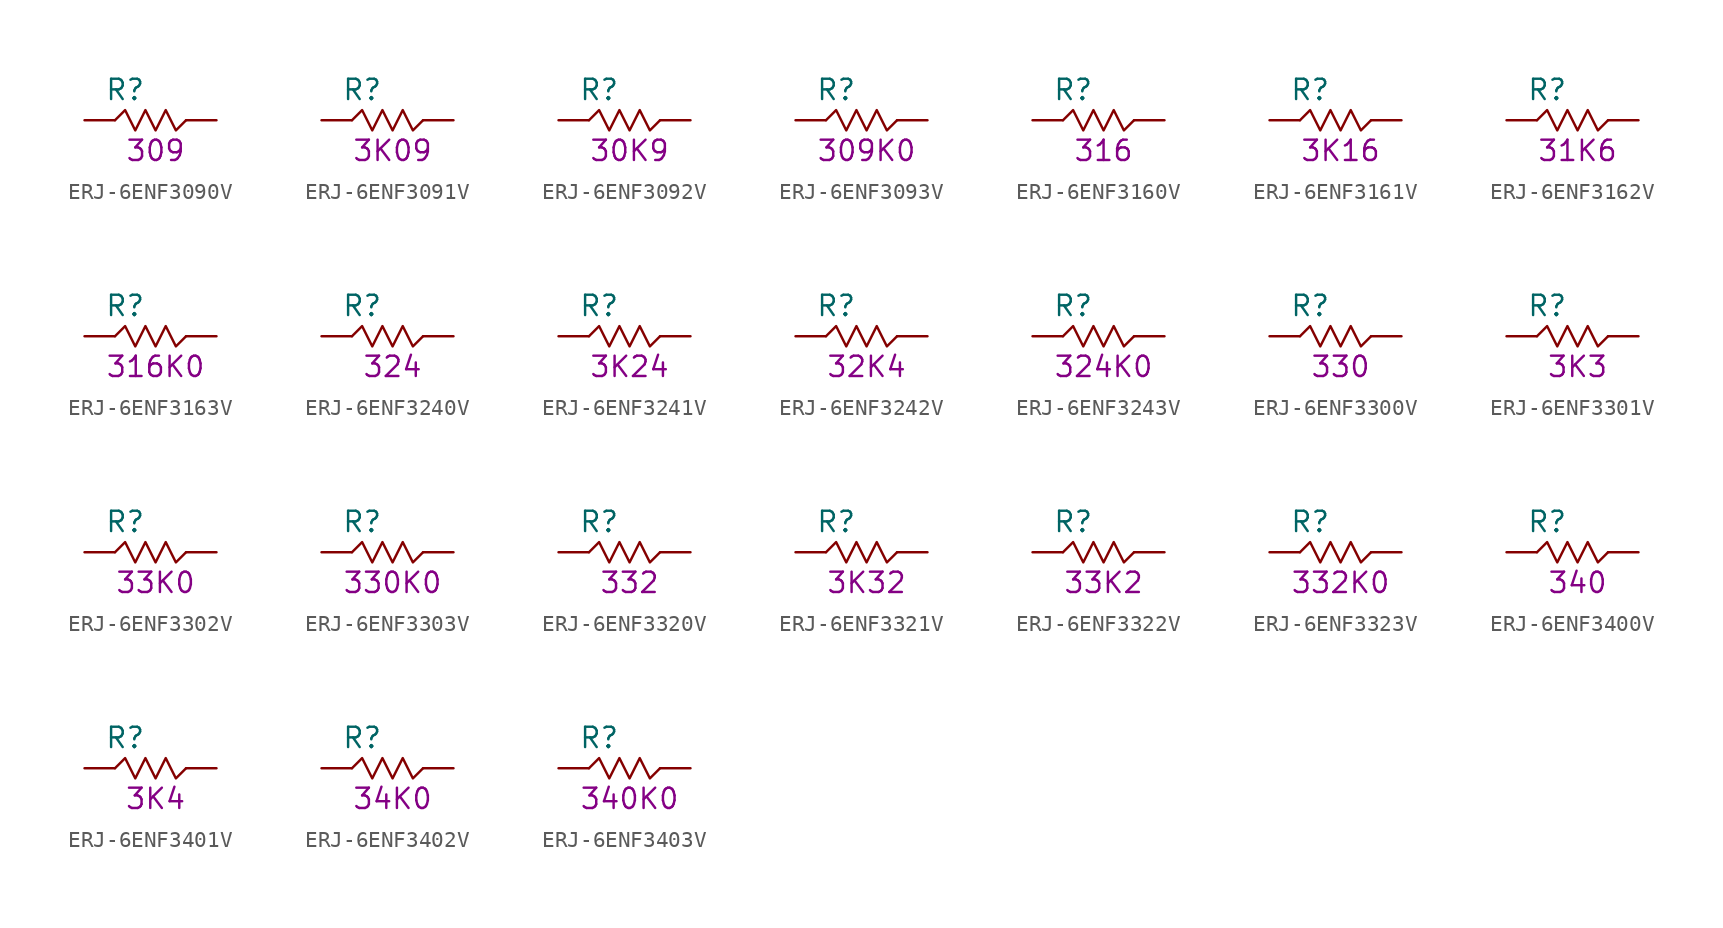
<source format=kicad_sym>
(kicad_symbol_lib
  (version 20211014)
  (generator KiCadLib_py)
  (symbol "ERJ-6ENF3090V"
    (pin_numbers hide)
    (pin_names hide)
    (property "Reference" "R"
      (at -1.905 1.905 0)
      (effects (font (size 1.27 1.27))))
    (property "Val" "309"
      (at 0 -1.905 0)
      (effects (font (size 1.27 1.27))))
    (symbol "ERJ-6ENF3090V_0_1"
      (polyline (pts (xy -2.54 0) (xy -1.905 0.635) (xy -1.27 -0.635) (xy -0.635 0.635) (xy 0 -0.635) (xy 0.635 0.635) (xy 1.27 -0.635) (xy 1.905 0)) (stroke (width 0) (type default) (color 0 0 0 0)) (fill (type none))))
    (symbol "ERJ-6ENF3090V_1_1"
      (pin passive line (at -4.445 0 0) (length 1.905) (name "~" (effects (font (size 1.27 1.27)))) (number "1" (effects (font (size 1.27 1.27)))))
      (pin passive line (at 3.81 0 180) (length 1.905) (name "~" (effects (font (size 1.27 1.27)))) (number "2" (effects (font (size 1.27 1.27)))))))
  (symbol "ERJ-6ENF3091V"
    (pin_numbers hide)
    (pin_names hide)
    (property "Reference" "R"
      (at -1.905 1.905 0)
      (effects (font (size 1.27 1.27))))
    (property "Val" "3K09"
      (at 0 -1.905 0)
      (effects (font (size 1.27 1.27))))
    (symbol "ERJ-6ENF3091V_0_1"
      (polyline (pts (xy -2.54 0) (xy -1.905 0.635) (xy -1.27 -0.635) (xy -0.635 0.635) (xy 0 -0.635) (xy 0.635 0.635) (xy 1.27 -0.635) (xy 1.905 0)) (stroke (width 0) (type default) (color 0 0 0 0)) (fill (type none))))
    (symbol "ERJ-6ENF3091V_1_1"
      (pin passive line (at -4.445 0 0) (length 1.905) (name "~" (effects (font (size 1.27 1.27)))) (number "1" (effects (font (size 1.27 1.27)))))
      (pin passive line (at 3.81 0 180) (length 1.905) (name "~" (effects (font (size 1.27 1.27)))) (number "2" (effects (font (size 1.27 1.27)))))))
  (symbol "ERJ-6ENF3092V"
    (pin_numbers hide)
    (pin_names hide)
    (property "Reference" "R"
      (at -1.905 1.905 0)
      (effects (font (size 1.27 1.27))))
    (property "Val" "30K9"
      (at 0 -1.905 0)
      (effects (font (size 1.27 1.27))))
    (symbol "ERJ-6ENF3092V_0_1"
      (polyline (pts (xy -2.54 0) (xy -1.905 0.635) (xy -1.27 -0.635) (xy -0.635 0.635) (xy 0 -0.635) (xy 0.635 0.635) (xy 1.27 -0.635) (xy 1.905 0)) (stroke (width 0) (type default) (color 0 0 0 0)) (fill (type none))))
    (symbol "ERJ-6ENF3092V_1_1"
      (pin passive line (at -4.445 0 0) (length 1.905) (name "~" (effects (font (size 1.27 1.27)))) (number "1" (effects (font (size 1.27 1.27)))))
      (pin passive line (at 3.81 0 180) (length 1.905) (name "~" (effects (font (size 1.27 1.27)))) (number "2" (effects (font (size 1.27 1.27)))))))
  (symbol "ERJ-6ENF3093V"
    (pin_numbers hide)
    (pin_names hide)
    (property "Reference" "R"
      (at -1.905 1.905 0)
      (effects (font (size 1.27 1.27))))
    (property "Val" "309K0"
      (at 0 -1.905 0)
      (effects (font (size 1.27 1.27))))
    (symbol "ERJ-6ENF3093V_0_1"
      (polyline (pts (xy -2.54 0) (xy -1.905 0.635) (xy -1.27 -0.635) (xy -0.635 0.635) (xy 0 -0.635) (xy 0.635 0.635) (xy 1.27 -0.635) (xy 1.905 0)) (stroke (width 0) (type default) (color 0 0 0 0)) (fill (type none))))
    (symbol "ERJ-6ENF3093V_1_1"
      (pin passive line (at -4.445 0 0) (length 1.905) (name "~" (effects (font (size 1.27 1.27)))) (number "1" (effects (font (size 1.27 1.27)))))
      (pin passive line (at 3.81 0 180) (length 1.905) (name "~" (effects (font (size 1.27 1.27)))) (number "2" (effects (font (size 1.27 1.27)))))))
  (symbol "ERJ-6ENF3160V"
    (pin_numbers hide)
    (pin_names hide)
    (property "Reference" "R"
      (at -1.905 1.905 0)
      (effects (font (size 1.27 1.27))))
    (property "Val" "316"
      (at 0 -1.905 0)
      (effects (font (size 1.27 1.27))))
    (symbol "ERJ-6ENF3160V_0_1"
      (polyline (pts (xy -2.54 0) (xy -1.905 0.635) (xy -1.27 -0.635) (xy -0.635 0.635) (xy 0 -0.635) (xy 0.635 0.635) (xy 1.27 -0.635) (xy 1.905 0)) (stroke (width 0) (type default) (color 0 0 0 0)) (fill (type none))))
    (symbol "ERJ-6ENF3160V_1_1"
      (pin passive line (at -4.445 0 0) (length 1.905) (name "~" (effects (font (size 1.27 1.27)))) (number "1" (effects (font (size 1.27 1.27)))))
      (pin passive line (at 3.81 0 180) (length 1.905) (name "~" (effects (font (size 1.27 1.27)))) (number "2" (effects (font (size 1.27 1.27)))))))
  (symbol "ERJ-6ENF3161V"
    (pin_numbers hide)
    (pin_names hide)
    (property "Reference" "R"
      (at -1.905 1.905 0)
      (effects (font (size 1.27 1.27))))
    (property "Val" "3K16"
      (at 0 -1.905 0)
      (effects (font (size 1.27 1.27))))
    (symbol "ERJ-6ENF3161V_0_1"
      (polyline (pts (xy -2.54 0) (xy -1.905 0.635) (xy -1.27 -0.635) (xy -0.635 0.635) (xy 0 -0.635) (xy 0.635 0.635) (xy 1.27 -0.635) (xy 1.905 0)) (stroke (width 0) (type default) (color 0 0 0 0)) (fill (type none))))
    (symbol "ERJ-6ENF3161V_1_1"
      (pin passive line (at -4.445 0 0) (length 1.905) (name "~" (effects (font (size 1.27 1.27)))) (number "1" (effects (font (size 1.27 1.27)))))
      (pin passive line (at 3.81 0 180) (length 1.905) (name "~" (effects (font (size 1.27 1.27)))) (number "2" (effects (font (size 1.27 1.27)))))))
  (symbol "ERJ-6ENF3162V"
    (pin_numbers hide)
    (pin_names hide)
    (property "Reference" "R"
      (at -1.905 1.905 0)
      (effects (font (size 1.27 1.27))))
    (property "Val" "31K6"
      (at 0 -1.905 0)
      (effects (font (size 1.27 1.27))))
    (symbol "ERJ-6ENF3162V_0_1"
      (polyline (pts (xy -2.54 0) (xy -1.905 0.635) (xy -1.27 -0.635) (xy -0.635 0.635) (xy 0 -0.635) (xy 0.635 0.635) (xy 1.27 -0.635) (xy 1.905 0)) (stroke (width 0) (type default) (color 0 0 0 0)) (fill (type none))))
    (symbol "ERJ-6ENF3162V_1_1"
      (pin passive line (at -4.445 0 0) (length 1.905) (name "~" (effects (font (size 1.27 1.27)))) (number "1" (effects (font (size 1.27 1.27)))))
      (pin passive line (at 3.81 0 180) (length 1.905) (name "~" (effects (font (size 1.27 1.27)))) (number "2" (effects (font (size 1.27 1.27)))))))
  (symbol "ERJ-6ENF3163V"
    (pin_numbers hide)
    (pin_names hide)
    (property "Reference" "R"
      (at -1.905 1.905 0)
      (effects (font (size 1.27 1.27))))
    (property "Val" "316K0"
      (at 0 -1.905 0)
      (effects (font (size 1.27 1.27))))
    (symbol "ERJ-6ENF3163V_0_1"
      (polyline (pts (xy -2.54 0) (xy -1.905 0.635) (xy -1.27 -0.635) (xy -0.635 0.635) (xy 0 -0.635) (xy 0.635 0.635) (xy 1.27 -0.635) (xy 1.905 0)) (stroke (width 0) (type default) (color 0 0 0 0)) (fill (type none))))
    (symbol "ERJ-6ENF3163V_1_1"
      (pin passive line (at -4.445 0 0) (length 1.905) (name "~" (effects (font (size 1.27 1.27)))) (number "1" (effects (font (size 1.27 1.27)))))
      (pin passive line (at 3.81 0 180) (length 1.905) (name "~" (effects (font (size 1.27 1.27)))) (number "2" (effects (font (size 1.27 1.27)))))))
  (symbol "ERJ-6ENF3240V"
    (pin_numbers hide)
    (pin_names hide)
    (property "Reference" "R"
      (at -1.905 1.905 0)
      (effects (font (size 1.27 1.27))))
    (property "Val" "324"
      (at 0 -1.905 0)
      (effects (font (size 1.27 1.27))))
    (symbol "ERJ-6ENF3240V_0_1"
      (polyline (pts (xy -2.54 0) (xy -1.905 0.635) (xy -1.27 -0.635) (xy -0.635 0.635) (xy 0 -0.635) (xy 0.635 0.635) (xy 1.27 -0.635) (xy 1.905 0)) (stroke (width 0) (type default) (color 0 0 0 0)) (fill (type none))))
    (symbol "ERJ-6ENF3240V_1_1"
      (pin passive line (at -4.445 0 0) (length 1.905) (name "~" (effects (font (size 1.27 1.27)))) (number "1" (effects (font (size 1.27 1.27)))))
      (pin passive line (at 3.81 0 180) (length 1.905) (name "~" (effects (font (size 1.27 1.27)))) (number "2" (effects (font (size 1.27 1.27)))))))
  (symbol "ERJ-6ENF3241V"
    (pin_numbers hide)
    (pin_names hide)
    (property "Reference" "R"
      (at -1.905 1.905 0)
      (effects (font (size 1.27 1.27))))
    (property "Val" "3K24"
      (at 0 -1.905 0)
      (effects (font (size 1.27 1.27))))
    (symbol "ERJ-6ENF3241V_0_1"
      (polyline (pts (xy -2.54 0) (xy -1.905 0.635) (xy -1.27 -0.635) (xy -0.635 0.635) (xy 0 -0.635) (xy 0.635 0.635) (xy 1.27 -0.635) (xy 1.905 0)) (stroke (width 0) (type default) (color 0 0 0 0)) (fill (type none))))
    (symbol "ERJ-6ENF3241V_1_1"
      (pin passive line (at -4.445 0 0) (length 1.905) (name "~" (effects (font (size 1.27 1.27)))) (number "1" (effects (font (size 1.27 1.27)))))
      (pin passive line (at 3.81 0 180) (length 1.905) (name "~" (effects (font (size 1.27 1.27)))) (number "2" (effects (font (size 1.27 1.27)))))))
  (symbol "ERJ-6ENF3242V"
    (pin_numbers hide)
    (pin_names hide)
    (property "Reference" "R"
      (at -1.905 1.905 0)
      (effects (font (size 1.27 1.27))))
    (property "Val" "32K4"
      (at 0 -1.905 0)
      (effects (font (size 1.27 1.27))))
    (symbol "ERJ-6ENF3242V_0_1"
      (polyline (pts (xy -2.54 0) (xy -1.905 0.635) (xy -1.27 -0.635) (xy -0.635 0.635) (xy 0 -0.635) (xy 0.635 0.635) (xy 1.27 -0.635) (xy 1.905 0)) (stroke (width 0) (type default) (color 0 0 0 0)) (fill (type none))))
    (symbol "ERJ-6ENF3242V_1_1"
      (pin passive line (at -4.445 0 0) (length 1.905) (name "~" (effects (font (size 1.27 1.27)))) (number "1" (effects (font (size 1.27 1.27)))))
      (pin passive line (at 3.81 0 180) (length 1.905) (name "~" (effects (font (size 1.27 1.27)))) (number "2" (effects (font (size 1.27 1.27)))))))
  (symbol "ERJ-6ENF3243V"
    (pin_numbers hide)
    (pin_names hide)
    (property "Reference" "R"
      (at -1.905 1.905 0)
      (effects (font (size 1.27 1.27))))
    (property "Val" "324K0"
      (at 0 -1.905 0)
      (effects (font (size 1.27 1.27))))
    (symbol "ERJ-6ENF3243V_0_1"
      (polyline (pts (xy -2.54 0) (xy -1.905 0.635) (xy -1.27 -0.635) (xy -0.635 0.635) (xy 0 -0.635) (xy 0.635 0.635) (xy 1.27 -0.635) (xy 1.905 0)) (stroke (width 0) (type default) (color 0 0 0 0)) (fill (type none))))
    (symbol "ERJ-6ENF3243V_1_1"
      (pin passive line (at -4.445 0 0) (length 1.905) (name "~" (effects (font (size 1.27 1.27)))) (number "1" (effects (font (size 1.27 1.27)))))
      (pin passive line (at 3.81 0 180) (length 1.905) (name "~" (effects (font (size 1.27 1.27)))) (number "2" (effects (font (size 1.27 1.27)))))))
  (symbol "ERJ-6ENF3300V"
    (pin_numbers hide)
    (pin_names hide)
    (property "Reference" "R"
      (at -1.905 1.905 0)
      (effects (font (size 1.27 1.27))))
    (property "Val" "330"
      (at 0 -1.905 0)
      (effects (font (size 1.27 1.27))))
    (symbol "ERJ-6ENF3300V_0_1"
      (polyline (pts (xy -2.54 0) (xy -1.905 0.635) (xy -1.27 -0.635) (xy -0.635 0.635) (xy 0 -0.635) (xy 0.635 0.635) (xy 1.27 -0.635) (xy 1.905 0)) (stroke (width 0) (type default) (color 0 0 0 0)) (fill (type none))))
    (symbol "ERJ-6ENF3300V_1_1"
      (pin passive line (at -4.445 0 0) (length 1.905) (name "~" (effects (font (size 1.27 1.27)))) (number "1" (effects (font (size 1.27 1.27)))))
      (pin passive line (at 3.81 0 180) (length 1.905) (name "~" (effects (font (size 1.27 1.27)))) (number "2" (effects (font (size 1.27 1.27)))))))
  (symbol "ERJ-6ENF3301V"
    (pin_numbers hide)
    (pin_names hide)
    (property "Reference" "R"
      (at -1.905 1.905 0)
      (effects (font (size 1.27 1.27))))
    (property "Val" "3K3"
      (at 0 -1.905 0)
      (effects (font (size 1.27 1.27))))
    (symbol "ERJ-6ENF3301V_0_1"
      (polyline (pts (xy -2.54 0) (xy -1.905 0.635) (xy -1.27 -0.635) (xy -0.635 0.635) (xy 0 -0.635) (xy 0.635 0.635) (xy 1.27 -0.635) (xy 1.905 0)) (stroke (width 0) (type default) (color 0 0 0 0)) (fill (type none))))
    (symbol "ERJ-6ENF3301V_1_1"
      (pin passive line (at -4.445 0 0) (length 1.905) (name "~" (effects (font (size 1.27 1.27)))) (number "1" (effects (font (size 1.27 1.27)))))
      (pin passive line (at 3.81 0 180) (length 1.905) (name "~" (effects (font (size 1.27 1.27)))) (number "2" (effects (font (size 1.27 1.27)))))))
  (symbol "ERJ-6ENF3302V"
    (pin_numbers hide)
    (pin_names hide)
    (property "Reference" "R"
      (at -1.905 1.905 0)
      (effects (font (size 1.27 1.27))))
    (property "Val" "33K0"
      (at 0 -1.905 0)
      (effects (font (size 1.27 1.27))))
    (symbol "ERJ-6ENF3302V_0_1"
      (polyline (pts (xy -2.54 0) (xy -1.905 0.635) (xy -1.27 -0.635) (xy -0.635 0.635) (xy 0 -0.635) (xy 0.635 0.635) (xy 1.27 -0.635) (xy 1.905 0)) (stroke (width 0) (type default) (color 0 0 0 0)) (fill (type none))))
    (symbol "ERJ-6ENF3302V_1_1"
      (pin passive line (at -4.445 0 0) (length 1.905) (name "~" (effects (font (size 1.27 1.27)))) (number "1" (effects (font (size 1.27 1.27)))))
      (pin passive line (at 3.81 0 180) (length 1.905) (name "~" (effects (font (size 1.27 1.27)))) (number "2" (effects (font (size 1.27 1.27)))))))
  (symbol "ERJ-6ENF3303V"
    (pin_numbers hide)
    (pin_names hide)
    (property "Reference" "R"
      (at -1.905 1.905 0)
      (effects (font (size 1.27 1.27))))
    (property "Val" "330K0"
      (at 0 -1.905 0)
      (effects (font (size 1.27 1.27))))
    (symbol "ERJ-6ENF3303V_0_1"
      (polyline (pts (xy -2.54 0) (xy -1.905 0.635) (xy -1.27 -0.635) (xy -0.635 0.635) (xy 0 -0.635) (xy 0.635 0.635) (xy 1.27 -0.635) (xy 1.905 0)) (stroke (width 0) (type default) (color 0 0 0 0)) (fill (type none))))
    (symbol "ERJ-6ENF3303V_1_1"
      (pin passive line (at -4.445 0 0) (length 1.905) (name "~" (effects (font (size 1.27 1.27)))) (number "1" (effects (font (size 1.27 1.27)))))
      (pin passive line (at 3.81 0 180) (length 1.905) (name "~" (effects (font (size 1.27 1.27)))) (number "2" (effects (font (size 1.27 1.27)))))))
  (symbol "ERJ-6ENF3320V"
    (pin_numbers hide)
    (pin_names hide)
    (property "Reference" "R"
      (at -1.905 1.905 0)
      (effects (font (size 1.27 1.27))))
    (property "Val" "332"
      (at 0 -1.905 0)
      (effects (font (size 1.27 1.27))))
    (symbol "ERJ-6ENF3320V_0_1"
      (polyline (pts (xy -2.54 0) (xy -1.905 0.635) (xy -1.27 -0.635) (xy -0.635 0.635) (xy 0 -0.635) (xy 0.635 0.635) (xy 1.27 -0.635) (xy 1.905 0)) (stroke (width 0) (type default) (color 0 0 0 0)) (fill (type none))))
    (symbol "ERJ-6ENF3320V_1_1"
      (pin passive line (at -4.445 0 0) (length 1.905) (name "~" (effects (font (size 1.27 1.27)))) (number "1" (effects (font (size 1.27 1.27)))))
      (pin passive line (at 3.81 0 180) (length 1.905) (name "~" (effects (font (size 1.27 1.27)))) (number "2" (effects (font (size 1.27 1.27)))))))
  (symbol "ERJ-6ENF3321V"
    (pin_numbers hide)
    (pin_names hide)
    (property "Reference" "R"
      (at -1.905 1.905 0)
      (effects (font (size 1.27 1.27))))
    (property "Val" "3K32"
      (at 0 -1.905 0)
      (effects (font (size 1.27 1.27))))
    (symbol "ERJ-6ENF3321V_0_1"
      (polyline (pts (xy -2.54 0) (xy -1.905 0.635) (xy -1.27 -0.635) (xy -0.635 0.635) (xy 0 -0.635) (xy 0.635 0.635) (xy 1.27 -0.635) (xy 1.905 0)) (stroke (width 0) (type default) (color 0 0 0 0)) (fill (type none))))
    (symbol "ERJ-6ENF3321V_1_1"
      (pin passive line (at -4.445 0 0) (length 1.905) (name "~" (effects (font (size 1.27 1.27)))) (number "1" (effects (font (size 1.27 1.27)))))
      (pin passive line (at 3.81 0 180) (length 1.905) (name "~" (effects (font (size 1.27 1.27)))) (number "2" (effects (font (size 1.27 1.27)))))))
  (symbol "ERJ-6ENF3322V"
    (pin_numbers hide)
    (pin_names hide)
    (property "Reference" "R"
      (at -1.905 1.905 0)
      (effects (font (size 1.27 1.27))))
    (property "Val" "33K2"
      (at 0 -1.905 0)
      (effects (font (size 1.27 1.27))))
    (symbol "ERJ-6ENF3322V_0_1"
      (polyline (pts (xy -2.54 0) (xy -1.905 0.635) (xy -1.27 -0.635) (xy -0.635 0.635) (xy 0 -0.635) (xy 0.635 0.635) (xy 1.27 -0.635) (xy 1.905 0)) (stroke (width 0) (type default) (color 0 0 0 0)) (fill (type none))))
    (symbol "ERJ-6ENF3322V_1_1"
      (pin passive line (at -4.445 0 0) (length 1.905) (name "~" (effects (font (size 1.27 1.27)))) (number "1" (effects (font (size 1.27 1.27)))))
      (pin passive line (at 3.81 0 180) (length 1.905) (name "~" (effects (font (size 1.27 1.27)))) (number "2" (effects (font (size 1.27 1.27)))))))
  (symbol "ERJ-6ENF3323V"
    (pin_numbers hide)
    (pin_names hide)
    (property "Reference" "R"
      (at -1.905 1.905 0)
      (effects (font (size 1.27 1.27))))
    (property "Val" "332K0"
      (at 0 -1.905 0)
      (effects (font (size 1.27 1.27))))
    (symbol "ERJ-6ENF3323V_0_1"
      (polyline (pts (xy -2.54 0) (xy -1.905 0.635) (xy -1.27 -0.635) (xy -0.635 0.635) (xy 0 -0.635) (xy 0.635 0.635) (xy 1.27 -0.635) (xy 1.905 0)) (stroke (width 0) (type default) (color 0 0 0 0)) (fill (type none))))
    (symbol "ERJ-6ENF3323V_1_1"
      (pin passive line (at -4.445 0 0) (length 1.905) (name "~" (effects (font (size 1.27 1.27)))) (number "1" (effects (font (size 1.27 1.27)))))
      (pin passive line (at 3.81 0 180) (length 1.905) (name "~" (effects (font (size 1.27 1.27)))) (number "2" (effects (font (size 1.27 1.27)))))))
  (symbol "ERJ-6ENF3400V"
    (pin_numbers hide)
    (pin_names hide)
    (property "Reference" "R"
      (at -1.905 1.905 0)
      (effects (font (size 1.27 1.27))))
    (property "Val" "340"
      (at 0 -1.905 0)
      (effects (font (size 1.27 1.27))))
    (symbol "ERJ-6ENF3400V_0_1"
      (polyline (pts (xy -2.54 0) (xy -1.905 0.635) (xy -1.27 -0.635) (xy -0.635 0.635) (xy 0 -0.635) (xy 0.635 0.635) (xy 1.27 -0.635) (xy 1.905 0)) (stroke (width 0) (type default) (color 0 0 0 0)) (fill (type none))))
    (symbol "ERJ-6ENF3400V_1_1"
      (pin passive line (at -4.445 0 0) (length 1.905) (name "~" (effects (font (size 1.27 1.27)))) (number "1" (effects (font (size 1.27 1.27)))))
      (pin passive line (at 3.81 0 180) (length 1.905) (name "~" (effects (font (size 1.27 1.27)))) (number "2" (effects (font (size 1.27 1.27)))))))
  (symbol "ERJ-6ENF3401V"
    (pin_numbers hide)
    (pin_names hide)
    (property "Reference" "R"
      (at -1.905 1.905 0)
      (effects (font (size 1.27 1.27))))
    (property "Val" "3K4"
      (at 0 -1.905 0)
      (effects (font (size 1.27 1.27))))
    (symbol "ERJ-6ENF3401V_0_1"
      (polyline (pts (xy -2.54 0) (xy -1.905 0.635) (xy -1.27 -0.635) (xy -0.635 0.635) (xy 0 -0.635) (xy 0.635 0.635) (xy 1.27 -0.635) (xy 1.905 0)) (stroke (width 0) (type default) (color 0 0 0 0)) (fill (type none))))
    (symbol "ERJ-6ENF3401V_1_1"
      (pin passive line (at -4.445 0 0) (length 1.905) (name "~" (effects (font (size 1.27 1.27)))) (number "1" (effects (font (size 1.27 1.27)))))
      (pin passive line (at 3.81 0 180) (length 1.905) (name "~" (effects (font (size 1.27 1.27)))) (number "2" (effects (font (size 1.27 1.27)))))))
  (symbol "ERJ-6ENF3402V"
    (pin_numbers hide)
    (pin_names hide)
    (property "Reference" "R"
      (at -1.905 1.905 0)
      (effects (font (size 1.27 1.27))))
    (property "Val" "34K0"
      (at 0 -1.905 0)
      (effects (font (size 1.27 1.27))))
    (symbol "ERJ-6ENF3402V_0_1"
      (polyline (pts (xy -2.54 0) (xy -1.905 0.635) (xy -1.27 -0.635) (xy -0.635 0.635) (xy 0 -0.635) (xy 0.635 0.635) (xy 1.27 -0.635) (xy 1.905 0)) (stroke (width 0) (type default) (color 0 0 0 0)) (fill (type none))))
    (symbol "ERJ-6ENF3402V_1_1"
      (pin passive line (at -4.445 0 0) (length 1.905) (name "~" (effects (font (size 1.27 1.27)))) (number "1" (effects (font (size 1.27 1.27)))))
      (pin passive line (at 3.81 0 180) (length 1.905) (name "~" (effects (font (size 1.27 1.27)))) (number "2" (effects (font (size 1.27 1.27)))))))
  (symbol "ERJ-6ENF3403V"
    (pin_numbers hide)
    (pin_names hide)
    (property "Reference" "R"
      (at -1.905 1.905 0)
      (effects (font (size 1.27 1.27))))
    (property "Val" "340K0"
      (at 0 -1.905 0)
      (effects (font (size 1.27 1.27))))
    (symbol "ERJ-6ENF3403V_0_1"
      (polyline (pts (xy -2.54 0) (xy -1.905 0.635) (xy -1.27 -0.635) (xy -0.635 0.635) (xy 0 -0.635) (xy 0.635 0.635) (xy 1.27 -0.635) (xy 1.905 0)) (stroke (width 0) (type default) (color 0 0 0 0)) (fill (type none))))
    (symbol "ERJ-6ENF3403V_1_1"
      (pin passive line (at -4.445 0 0) (length 1.905) (name "~" (effects (font (size 1.27 1.27)))) (number "1" (effects (font (size 1.27 1.27)))))
      (pin passive line (at 3.81 0 180) (length 1.905) (name "~" (effects (font (size 1.27 1.27)))) (number "2" (effects (font (size 1.27 1.27))))))))
</source>
